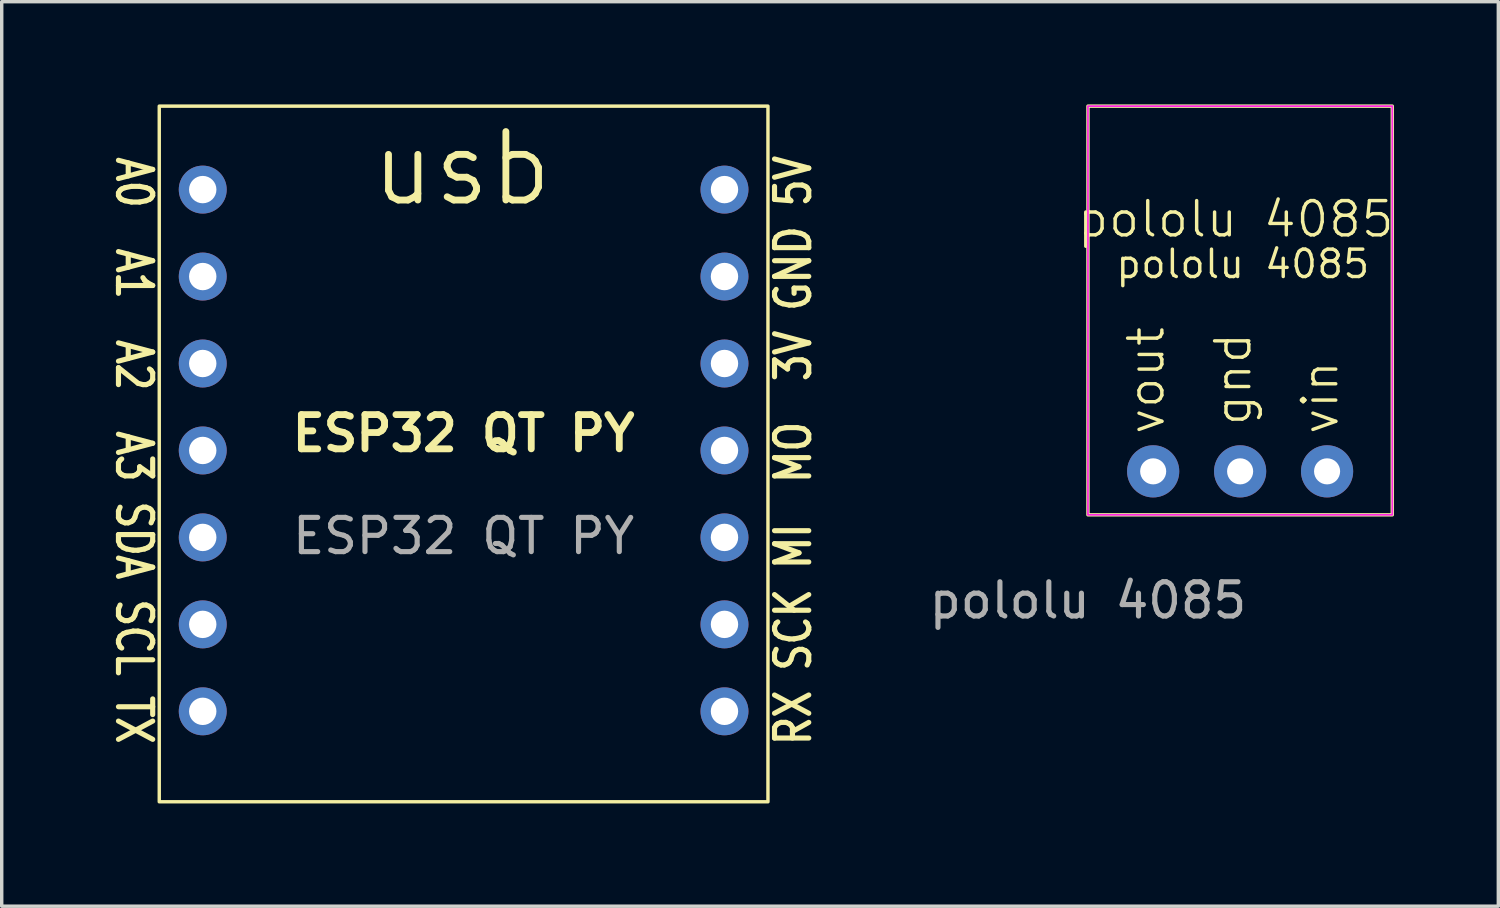
<source format=kicad_pcb>
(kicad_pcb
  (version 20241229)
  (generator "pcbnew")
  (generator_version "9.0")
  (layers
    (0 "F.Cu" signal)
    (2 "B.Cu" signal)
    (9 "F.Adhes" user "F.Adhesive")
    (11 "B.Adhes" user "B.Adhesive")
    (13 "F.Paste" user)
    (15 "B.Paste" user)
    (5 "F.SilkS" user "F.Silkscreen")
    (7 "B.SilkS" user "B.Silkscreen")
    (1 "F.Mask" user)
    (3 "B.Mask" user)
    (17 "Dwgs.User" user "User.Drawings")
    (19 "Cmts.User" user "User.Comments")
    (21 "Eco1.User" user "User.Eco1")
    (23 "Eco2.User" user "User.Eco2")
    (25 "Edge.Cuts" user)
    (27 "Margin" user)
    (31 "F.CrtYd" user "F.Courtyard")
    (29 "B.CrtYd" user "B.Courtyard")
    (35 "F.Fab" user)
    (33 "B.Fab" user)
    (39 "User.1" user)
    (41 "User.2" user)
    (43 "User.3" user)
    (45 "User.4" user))
  (footprint "pololu 4085"
    (layer "F.Cu")
    (at 28.729 11.988)
    (property "Reference" "pololu 4085" (at 4.318 -8.636 0) (unlocked yes) (layer "F.SilkS") (effects (font (size 1 1) (thickness 0.1))))
    (attr through_hole)
    (fp_rect (start 0 -11.938) (end 8.89 0) (stroke (width 0.1) (type default)) (fill no) (layer "F.SilkS"))
    (fp_rect (start 0 -11.938) (end 8.89 0) (stroke (width 0.05) (type default)) (fill no) (layer "F.CrtYd"))
    (fp_text user "pololu 4085" (at 0.762 -6.858 0) (unlocked yes) (layer "F.SilkS") (effects (font (size 0.8 0.8) (thickness 0.1)) (justify left bottom)))
    (fp_text user "vin" (at 7.366 -2.286 90) (unlocked yes) (layer "F.SilkS") (effects (font (size 1 1) (thickness 0.1)) (justify left bottom)))
    (fp_text user "gnd" (at 4.826 -2.54 90) (unlocked yes) (layer "F.SilkS") (effects (font (size 1 1) (thickness 0.1)) (justify left bottom)))
    (fp_text user "vout" (at 2.286 -2.286 90) (unlocked yes) (layer "F.SilkS") (effects (font (size 1 1) (thickness 0.1)) (justify left bottom)))
    (fp_text user "${REFERENCE}" (at 0 2.5 0) (unlocked yes) (layer "F.Fab") (effects (font (size 1 1) (thickness 0.15))))
    (pad "1" thru_hole circle (at 1.905 -1.27) (size 1.524 1.524) (drill 0.762) (layers "*.Cu" "*.Mask"))
    (pad "2" thru_hole circle (at 4.445 -1.27) (size 1.524 1.524) (drill 0.762) (layers "*.Cu" "*.Mask"))
    (pad "3" thru_hole circle (at 6.985 -1.27) (size 1.524 1.524) (drill 0.762) (layers "*.Cu" "*.Mask")))
  (footprint "ESP32 QT PY"
    (layer "F.Cu")
    (at 10.492 10.108)
    (property "Reference" "ESP32 QT PY" (at 0 -0.5 0) (unlocked yes) (layer "F.SilkS") (effects (font (size 1 1) (thickness 0.2) (bold yes))))
    (attr through_hole)
    (fp_rect (start -8.89 -10.058) (end 8.89 10.262) (stroke (width 0.1) (type default)) (fill no) (layer "F.SilkS"))
    (fp_text user "RX SCK MI  MO  3V GND 5V" (at 9.042 0 90) (unlocked yes) (layer "F.SilkS") (effects (font (size 1 0.8) (thickness 0.15) (bold yes)) (justify top)))
    (fp_text user "usb" (at -0.051 -8.23 0) (unlocked yes) (layer "F.SilkS") (effects (font (size 2 2) (thickness 0.2))))
    (fp_text user "A0  A1  A2  A3 SDA SCL TX" (at -9.042 0 270) (unlocked yes) (layer "F.SilkS") (effects (font (size 1 0.8) (thickness 0.15)) (justify top)))
    (fp_text user "${REFERENCE}" (at 0 2.5 0) (unlocked yes) (layer "F.Fab") (effects (font (size 1 1) (thickness 0.15))))
    (pad "1" thru_hole circle (at -7.62 -7.62) (size 1.4 1.4) (drill 0.8) (layers "*.Cu" "*.Mask"))
    (pad "2" thru_hole circle (at -7.62 -5.08) (size 1.4 1.4) (drill 0.8) (layers "*.Cu" "*.Mask"))
    (pad "3" thru_hole circle (at -7.62 -2.54) (size 1.4 1.4) (drill 0.8) (layers "*.Cu" "*.Mask"))
    (pad "4" thru_hole circle (at -7.62 0) (size 1.4 1.4) (drill 0.8) (layers "*.Cu" "*.Mask"))
    (pad "5" thru_hole circle (at -7.62 2.54) (size 1.4 1.4) (drill 0.8) (layers "*.Cu" "*.Mask"))
    (pad "6" thru_hole circle (at -7.62 5.08) (size 1.4 1.4) (drill 0.8) (layers "*.Cu" "*.Mask"))
    (pad "7" thru_hole circle (at -7.62 7.62) (size 1.4 1.4) (drill 0.8) (layers "*.Cu" "*.Mask"))
    (pad "8" thru_hole circle (at 7.62 7.62) (size 1.4 1.4) (drill 0.8) (layers "*.Cu" "*.Mask"))
    (pad "9" thru_hole circle (at 7.62 5.08) (size 1.4 1.4) (drill 0.8) (layers "*.Cu" "*.Mask"))
    (pad "10" thru_hole circle (at 7.62 2.54) (size 1.4 1.4) (drill 0.8) (layers "*.Cu" "*.Mask"))
    (pad "11" thru_hole circle (at 7.62 0) (size 1.4 1.4) (drill 0.8) (layers "*.Cu" "*.Mask"))
    (pad "12" thru_hole circle (at 7.62 -2.54) (size 1.4 1.4) (drill 0.8) (layers "*.Cu" "*.Mask"))
    (pad "13" thru_hole circle (at 7.62 -5.08) (size 1.4 1.4) (drill 0.8) (layers "*.Cu" "*.Mask"))
    (pad "14" thru_hole circle (at 7.62 -7.62) (size 1.4 1.4) (drill 0.8) (layers "*.Cu" "*.Mask")))
  (gr_rect
    (start -3 -3)
    (end 40.716 23.42)
    (stroke (width 0.1) (type default))
    (fill no)
    (layer "Edge.Cuts")))
</source>
